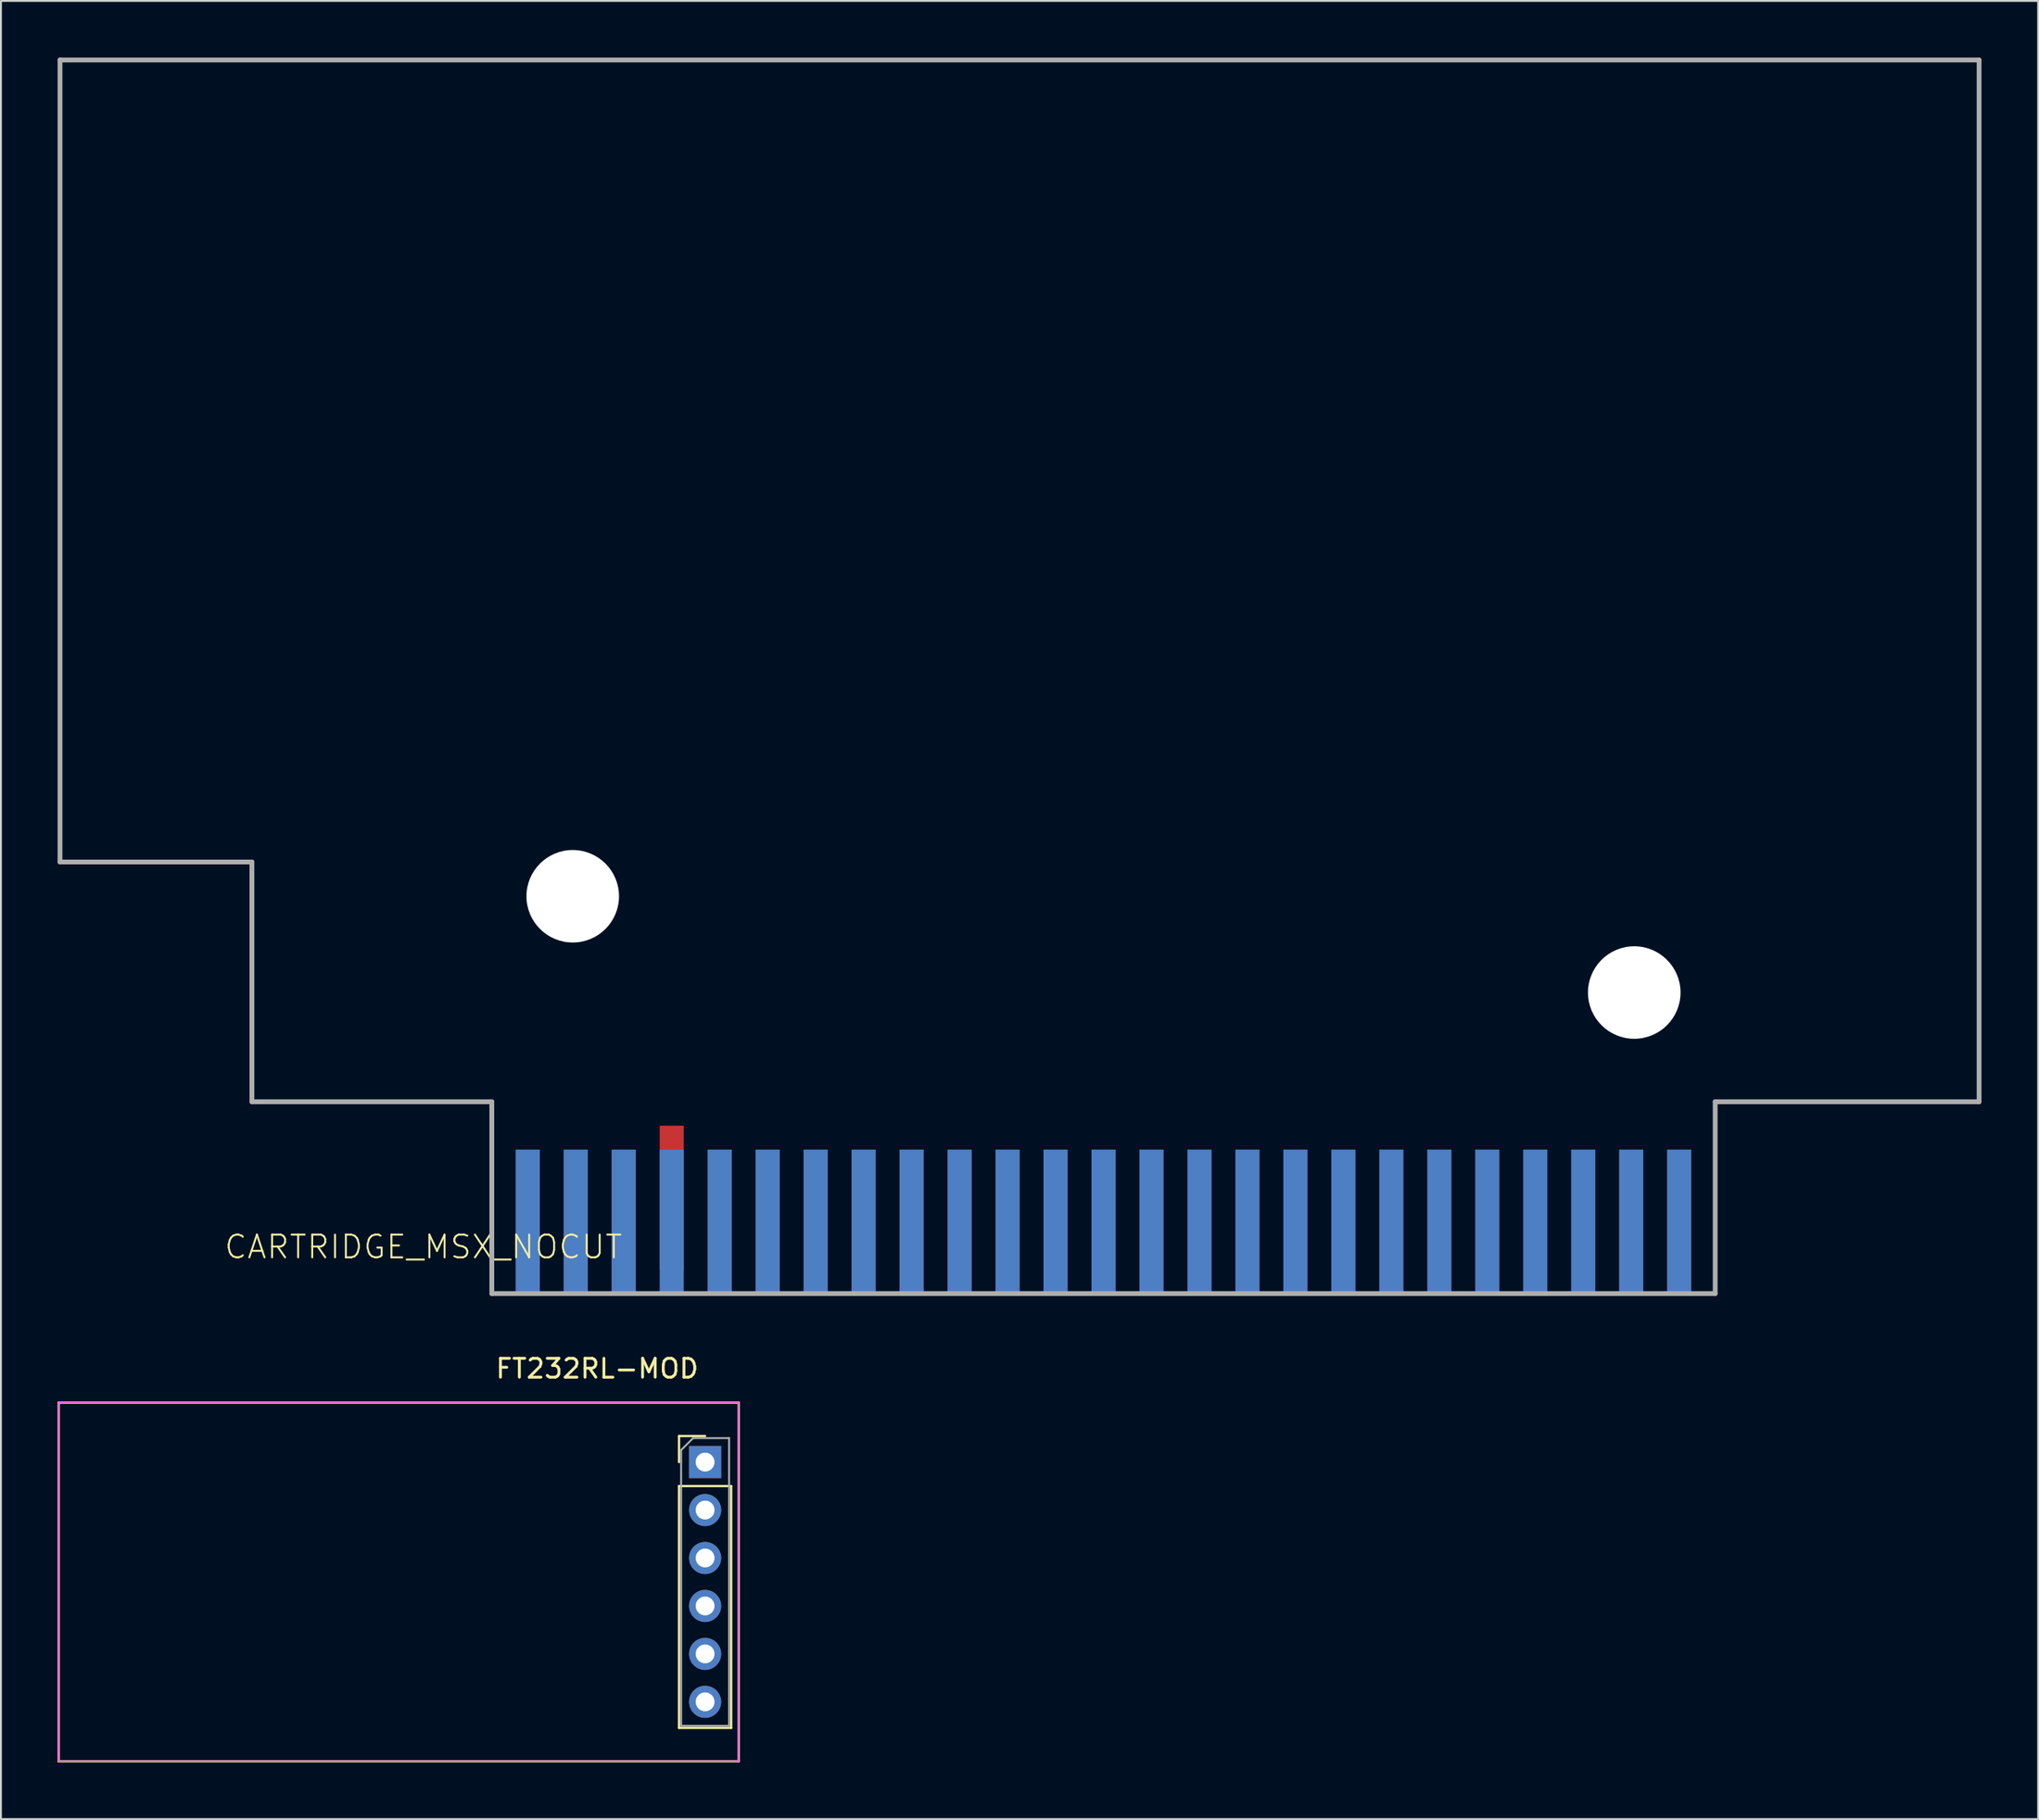
<source format=kicad_pcb>
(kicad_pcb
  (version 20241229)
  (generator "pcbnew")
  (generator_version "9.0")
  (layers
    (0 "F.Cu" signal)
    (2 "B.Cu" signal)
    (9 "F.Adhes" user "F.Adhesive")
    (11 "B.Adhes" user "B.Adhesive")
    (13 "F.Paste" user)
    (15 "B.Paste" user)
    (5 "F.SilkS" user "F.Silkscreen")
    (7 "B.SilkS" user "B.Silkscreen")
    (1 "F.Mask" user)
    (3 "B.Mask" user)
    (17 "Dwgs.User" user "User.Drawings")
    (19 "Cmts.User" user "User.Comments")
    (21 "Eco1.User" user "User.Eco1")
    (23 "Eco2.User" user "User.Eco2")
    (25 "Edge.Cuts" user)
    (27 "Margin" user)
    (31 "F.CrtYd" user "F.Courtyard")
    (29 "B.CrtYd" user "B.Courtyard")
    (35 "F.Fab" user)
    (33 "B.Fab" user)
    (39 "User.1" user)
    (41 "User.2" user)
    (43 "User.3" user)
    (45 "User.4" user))
  (footprint "FT232RL-MOD"
    (layer "F.Cu")
    (at 17.8 80.78)
    (property "Reference" "FT232RL-MOD" (at 10.765 -11.333 180) (layer "F.SilkS") (effects (font (size 1 1) (thickness 0.15))))
    (attr through_hole)
    (fp_line (start -17.74 -9.53) (end 18.26 -9.53) (stroke (width 0.12) (type solid)) (layer "F.SilkS"))
    (fp_line (start -17.74 9.47) (end -17.74 -9.53) (stroke (width 0.12) (type solid)) (layer "F.SilkS"))
    (fp_line (start 15.1 -7.76) (end 16.48 -7.76) (stroke (width 0.12) (type solid)) (layer "F.SilkS"))
    (fp_line (start 15.1 -6.38) (end 15.1 -7.76) (stroke (width 0.12) (type solid)) (layer "F.SilkS"))
    (fp_line (start 15.1 -5.11) (end 15.1 7.7) (stroke (width 0.12) (type solid)) (layer "F.SilkS"))
    (fp_line (start 15.1 -5.11) (end 17.86 -5.11) (stroke (width 0.12) (type solid)) (layer "F.SilkS"))
    (fp_line (start 15.1 7.7) (end 17.86 7.7) (stroke (width 0.12) (type solid)) (layer "F.SilkS"))
    (fp_line (start 17.86 -5.11) (end 17.86 7.7) (stroke (width 0.12) (type solid)) (layer "F.SilkS"))
    (fp_line (start 18.26 -9.53) (end 18.26 9.47) (stroke (width 0.12) (type solid)) (layer "F.SilkS"))
    (fp_line (start 18.26 9.47) (end -17.74 9.47) (stroke (width 0.12) (type solid)) (layer "F.SilkS"))
    (fp_line (start -17.74 -9.53) (end -17.74 9.47) (stroke (width 0.05) (type solid)) (layer "F.CrtYd"))
    (fp_line (start -17.74 9.47) (end 18.26 9.47) (stroke (width 0.05) (type solid)) (layer "F.CrtYd"))
    (fp_line (start 18.25 9.47) (end 18.25 -9.53) (stroke (width 0.05) (type solid)) (layer "F.CrtYd"))
    (fp_line (start 18.26 -9.53) (end -17.74 -9.53) (stroke (width 0.05) (type solid)) (layer "F.CrtYd"))
    (fp_line (start 15.21 -7.015) (end 15.845 -7.65) (stroke (width 0.1) (type solid)) (layer "F.Fab"))
    (fp_line (start 15.21 7.59) (end 15.21 -7.015) (stroke (width 0.1) (type solid)) (layer "F.Fab"))
    (fp_line (start 15.845 -7.65) (end 17.75 -7.65) (stroke (width 0.1) (type solid)) (layer "F.Fab"))
    (fp_line (start 17.75 -7.65) (end 17.75 7.59) (stroke (width 0.1) (type solid)) (layer "F.Fab"))
    (fp_line (start 17.75 7.59) (end 15.21 7.59) (stroke (width 0.1) (type solid)) (layer "F.Fab"))
    (pad "CTS" thru_hole circle (at 16.48 -3.84) (size 1.7 1.7) (drill 1) (layers "*.Cu" "*.Mask"))
    (pad "DTR" thru_hole circle (at 16.48 6.32) (size 1.7 1.7) (drill 1) (layers "*.Cu" "*.Mask"))
    (pad "GND" thru_hole rect (at 16.48 -6.38) (size 1.7 1.7) (drill 1) (layers "*.Cu" "*.Mask"))
    (pad "RX" thru_hole circle (at 16.48 3.78) (size 1.7 1.7) (drill 1) (layers "*.Cu" "*.Mask"))
    (pad "TX" thru_hole circle (at 16.48 1.24) (size 1.7 1.7) (drill 1) (layers "*.Cu" "*.Mask"))
    (pad "VCC" thru_hole circle (at 16.48 -1.3) (size 1.7 1.7) (drill 1) (layers "*.Cu" "*.Mask")))
  (footprint "CARTRIDGE_MSX_NOCUT"
    (layer "F.Cu")
    (at 55.372 61.027)
    (property "Reference" "CARTRIDGE_MSX_NOCUT" (at -25.4 1.27 0) (layer "F.SilkS") (effects (font (size 1.206 1.206) (thickness 0.102)) (justify right top)))
    (attr smd allow_soldermask_bridges)
    (fp_line (start -55.245 -18.415) (end -55.245 -60.9) (stroke (width 0.254) (type solid)) (layer "F.Fab"))
    (fp_line (start -55.24 -60.9) (end 46.35 -60.9) (stroke (width 0.254) (type solid)) (layer "F.Fab"))
    (fp_line (start -45.085 -18.415) (end -55.245 -18.415) (stroke (width 0.254) (type solid)) (layer "F.Fab"))
    (fp_line (start -45.085 -5.715) (end -45.085 -18.415) (stroke (width 0.254) (type solid)) (layer "F.Fab"))
    (fp_line (start -32.385 -5.715) (end -45.085 -5.715) (stroke (width 0.254) (type solid)) (layer "F.Fab"))
    (fp_line (start -32.385 4.445) (end -32.385 -5.715) (stroke (width 0.254) (type solid)) (layer "F.Fab"))
    (fp_line (start 32.385 -5.715) (end 32.385 4.445) (stroke (width 0.254) (type solid)) (layer "F.Fab"))
    (fp_line (start 32.385 4.445) (end -32.385 4.445) (stroke (width 0.254) (type solid)) (layer "F.Fab"))
    (fp_line (start 46.355 -60.9) (end 46.355 -5.715) (stroke (width 0.254) (type solid)) (layer "F.Fab"))
    (fp_line (start 46.355 -5.715) (end 32.385 -5.715) (stroke (width 0.254) (type solid)) (layer "F.Fab"))
    (pad "" np_thru_hole circle (at -28.1 -16.6) (size 4.9 4.9) (drill 4.9) (layers "*.Cu" "*.Mask"))
    (pad "" np_thru_hole circle (at 28.1 -11.5) (size 4.9 4.9) (drill 4.9) (layers "*.Cu" "*.Mask"))
    (pad "1" connect rect (at 30.48 0.635) (size 1.27 7.62) (layers "B.Cu" "B.Mask"))
    (pad "2" connect rect (at 30.48 0.635) (size 1.27 7.62) (layers "F.Cu" "F.Mask"))
    (pad "3" connect rect (at 27.94 0.635) (size 1.27 7.62) (layers "B.Cu" "B.Mask"))
    (pad "4" connect rect (at 27.94 0.635) (size 1.27 7.62) (layers "F.Cu" "F.Mask"))
    (pad "5" connect rect (at 25.4 0.635) (size 1.27 7.62) (layers "B.Cu" "B.Mask"))
    (pad "6" connect rect (at 25.4 0.635) (size 1.27 7.62) (layers "F.Cu" "F.Mask"))
    (pad "7" connect rect (at 22.86 0.635) (size 1.27 7.62) (layers "B.Cu" "B.Mask"))
    (pad "8" connect rect (at 22.86 0.635) (size 1.27 7.62) (layers "F.Cu" "F.Mask"))
    (pad "9" connect rect (at 20.32 0.635) (size 1.27 7.62) (layers "B.Cu" "B.Mask"))
    (pad "10" connect rect (at 20.32 0.635) (size 1.27 7.62) (layers "F.Cu" "F.Mask"))
    (pad "11" connect rect (at 17.78 0.635) (size 1.27 7.62) (layers "B.Cu" "B.Mask"))
    (pad "12" connect rect (at 17.78 0.635) (size 1.27 7.62) (layers "F.Cu" "F.Mask"))
    (pad "13" connect rect (at 15.24 0.635) (size 1.27 7.62) (layers "B.Cu" "B.Mask"))
    (pad "14" connect rect (at 15.24 0.635) (size 1.27 7.62) (layers "F.Cu" "F.Mask"))
    (pad "15" connect rect (at 12.7 0.635) (size 1.27 7.62) (layers "B.Cu" "B.Mask"))
    (pad "16" connect rect (at 12.7 0.635) (size 1.27 7.62) (layers "F.Cu" "F.Mask"))
    (pad "17" connect rect (at 10.16 0.635) (size 1.27 7.62) (layers "B.Cu" "B.Mask"))
    (pad "18" connect rect (at 10.16 0.635) (size 1.27 7.62) (layers "F.Cu" "F.Mask"))
    (pad "19" connect rect (at 7.62 0.635) (size 1.27 7.62) (layers "B.Cu" "B.Mask"))
    (pad "20" connect rect (at 7.62 0.635) (size 1.27 7.62) (layers "F.Cu" "F.Mask"))
    (pad "21" connect rect (at 5.08 0.635) (size 1.27 7.62) (layers "B.Cu" "B.Mask"))
    (pad "22" connect rect (at 5.08 0.635) (size 1.27 7.62) (layers "F.Cu" "F.Mask"))
    (pad "23" connect rect (at 2.54 0.635) (size 1.27 7.62) (layers "B.Cu" "B.Mask"))
    (pad "24" connect rect (at 2.54 0.635) (size 1.27 7.62) (layers "F.Cu" "F.Mask"))
    (pad "25" connect rect (at 0 0.635) (size 1.27 7.62) (layers "B.Cu" "B.Mask"))
    (pad "26" connect rect (at 0 0.635) (size 1.27 7.62) (layers "F.Cu" "F.Mask"))
    (pad "27" connect rect (at -2.54 0.635) (size 1.27 7.62) (layers "B.Cu" "B.Mask"))
    (pad "28" connect rect (at -2.54 0.635) (size 1.27 7.62) (layers "F.Cu" "F.Mask"))
    (pad "29" connect rect (at -5.08 0.635) (size 1.27 7.62) (layers "B.Cu" "B.Mask"))
    (pad "30" connect rect (at -5.08 0.635) (size 1.27 7.62) (layers "F.Cu" "F.Mask"))
    (pad "31" connect rect (at -7.62 0.635) (size 1.27 7.62) (layers "B.Cu" "B.Mask"))
    (pad "32" connect rect (at -7.62 0.635) (size 1.27 7.62) (layers "F.Cu" "F.Mask"))
    (pad "33" connect rect (at -10.16 0.635) (size 1.27 7.62) (layers "B.Cu" "B.Mask"))
    (pad "34" connect rect (at -10.16 0.635) (size 1.27 7.62) (layers "F.Cu" "F.Mask"))
    (pad "35" connect rect (at -12.7 0.635) (size 1.27 7.62) (layers "B.Cu" "B.Mask"))
    (pad "36" connect rect (at -12.7 0.635) (size 1.27 7.62) (layers "F.Cu" "F.Mask"))
    (pad "37" connect rect (at -15.24 0.635) (size 1.27 7.62) (layers "B.Cu" "B.Mask"))
    (pad "38" connect rect (at -15.24 0.635) (size 1.27 7.62) (layers "F.Cu" "F.Mask"))
    (pad "39" connect rect (at -17.78 0.635) (size 1.27 7.62) (layers "B.Cu" "B.Mask"))
    (pad "40" connect rect (at -17.78 0.635) (size 1.27 7.62) (layers "F.Cu" "F.Mask"))
    (pad "41" connect rect (at -20.32 0.635) (size 1.27 7.62) (layers "B.Cu" "B.Mask"))
    (pad "42" connect rect (at -20.32 0.635) (size 1.27 7.62) (layers "F.Cu" "F.Mask"))
    (pad "43" connect rect (at -22.86 0.635) (size 1.27 7.62) (layers "B.Cu" "B.Mask"))
    (pad "44" connect rect (at -22.86 -0.635) (size 1.27 7.62) (layers "F.Cu" "F.Mask"))
    (pad "45" connect rect (at -25.4 0.635) (size 1.27 7.62) (layers "B.Cu" "B.Mask"))
    (pad "46" connect rect (at -25.4 0.635) (size 1.27 7.62) (layers "F.Cu" "F.Mask"))
    (pad "47" connect rect (at -27.94 0.635) (size 1.27 7.62) (layers "B.Cu" "B.Mask"))
    (pad "48" connect rect (at -27.94 0.635) (size 1.27 7.62) (layers "F.Cu" "F.Mask"))
    (pad "49" connect rect (at -30.48 0.635) (size 1.27 7.62) (layers "B.Cu" "B.Mask"))
    (pad "50" connect rect (at -30.48 0.635) (size 1.27 7.62) (layers "F.Cu" "F.Mask"))
    (zone (net_name "") (layers "F.Cu" "B.Cu") (hatch edge 0.5) (connect_pads) (min_thickness 0.25) (filled_areas_thickness no) (keepout (tracks not_allowed) (vias not_allowed) (pads not_allowed) (copperpour allowed) (footprints allowed)) (placement (enabled no)) (fill) (polygon (pts (xy 23.114 65.599) (xy 23.114 57.852) (xy 24.257 57.852) (xy 24.257 65.472) (xy 25.527 65.472) (xy 25.527 57.852) (xy 26.797 57.852) (xy 26.797 65.472) (xy 28.067 65.472) (xy 28.067 57.852) (xy 29.337 57.852) (xy 29.337 65.472) (xy 30.607 65.472) (xy 30.607 56.582) (xy 31.877 56.582) (xy 31.877 65.472) (xy 33.147 65.472) (xy 33.147 56.582) (xy 34.417 56.582) (xy 34.417 65.472) (xy 35.687 65.472) (xy 35.687 57.852) (xy 36.957 57.852) (xy 36.957 65.472) (xy 38.227 65.472) (xy 38.227 57.852) (xy 39.497 57.852) (xy 39.497 65.472) (xy 40.767 65.472) (xy 40.767 57.852) (xy 42.037 57.852) (xy 42.037 65.472) (xy 43.307 65.472) (xy 43.307 57.852) (xy 44.577 57.852) (xy 44.577 65.472) (xy 45.847 65.472) (xy 45.847 57.852) (xy 47.117 57.852) (xy 47.117 65.472) (xy 48.387 65.472) (xy 48.387 57.852) (xy 49.657 57.852) (xy 49.657 65.472) (xy 50.927 65.472) (xy 50.927 57.852) (xy 52.197 57.852) (xy 52.197 65.472) (xy 53.467 65.472) (xy 53.467 57.852) (xy 54.737 57.852) (xy 54.737 65.472) (xy 56.007 65.472) (xy 56.007 57.852) (xy 57.277 57.852) (xy 57.277 65.472) (xy 58.547 65.472) (xy 58.547 57.852) (xy 59.817 57.852) (xy 59.817 65.472) (xy 61.087 65.472) (xy 61.087 57.852) (xy 62.357 57.852) (xy 62.357 65.472) (xy 63.627 65.472) (xy 63.627 57.852) (xy 64.897 57.852) (xy 64.897 65.472) (xy 66.167 65.472) (xy 66.167 57.852) (xy 67.437 57.852) (xy 67.437 65.472) (xy 68.707 65.472) (xy 68.707 57.852) (xy 69.977 57.852) (xy 69.977 65.472) (xy 71.247 65.472) (xy 71.247 57.852) (xy 72.517 57.852) (xy 72.517 65.472) (xy 73.787 65.472) (xy 73.787 57.852) (xy 75.057 57.852) (xy 75.057 65.472) (xy 76.327 65.472) (xy 76.327 57.852) (xy 77.597 57.852) (xy 77.597 65.472) (xy 78.867 65.472) (xy 78.867 57.852) (xy 80.137 57.852) (xy 80.137 65.472) (xy 81.407 65.472) (xy 81.407 57.852) (xy 82.677 57.852) (xy 82.677 65.472) (xy 83.947 65.472) (xy 83.947 57.852) (xy 85.217 57.852) (xy 85.217 65.472) (xy 86.487 65.472) (xy 86.487 57.852) (xy 87.63 57.852) (xy 87.63 65.599)))))
  (gr_rect
    (start -3 -3)
    (end 104.854 93.31)
    (stroke (width 0.1) (type default))
    (fill no)
    (layer "Edge.Cuts")))
</source>
